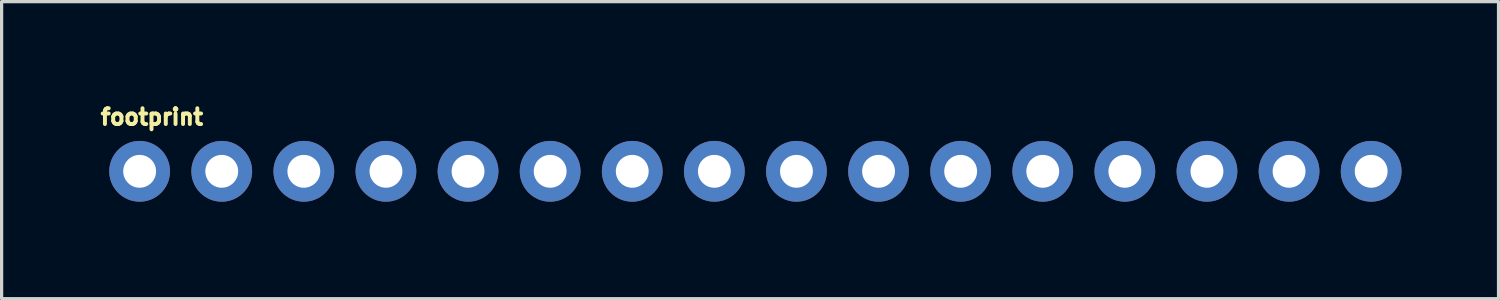
<source format=kicad_pcb>
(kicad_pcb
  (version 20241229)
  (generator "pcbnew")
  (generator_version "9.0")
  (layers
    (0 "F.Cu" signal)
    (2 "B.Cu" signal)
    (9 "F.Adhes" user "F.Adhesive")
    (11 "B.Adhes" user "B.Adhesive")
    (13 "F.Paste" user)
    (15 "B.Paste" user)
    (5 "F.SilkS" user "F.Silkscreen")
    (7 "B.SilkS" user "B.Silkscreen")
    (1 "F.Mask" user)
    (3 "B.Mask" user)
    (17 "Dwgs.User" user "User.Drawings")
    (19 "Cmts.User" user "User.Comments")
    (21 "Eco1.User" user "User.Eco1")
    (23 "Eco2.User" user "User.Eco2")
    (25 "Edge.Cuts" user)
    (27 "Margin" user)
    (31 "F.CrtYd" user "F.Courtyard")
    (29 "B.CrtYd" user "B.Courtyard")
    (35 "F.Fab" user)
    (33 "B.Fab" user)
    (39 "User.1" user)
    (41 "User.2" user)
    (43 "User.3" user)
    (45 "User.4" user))
  (footprint "footprint"
    (layer "F.Cu")
    (at 1.27 2.25)
    (property "Reference" "footprint" (at -1.27 -1.397 0) (layer "F.SilkS") (effects (font (size 0.488 0.488) (thickness 0.122)) (justify left bottom)))
    (fp_poly (pts (xy -0.254 0.254) (xy 0.254 0.254) (xy 0.254 -0.254) (xy -0.254 -0.254)) (stroke (width 0.1) (type solid)) (fill no) (layer "F.Fab"))
    (fp_poly (pts (xy 2.286 0.254) (xy 2.794 0.254) (xy 2.794 -0.254) (xy 2.286 -0.254)) (stroke (width 0.1) (type solid)) (fill no) (layer "F.Fab"))
    (fp_poly (pts (xy 4.826 0.254) (xy 5.334 0.254) (xy 5.334 -0.254) (xy 4.826 -0.254)) (stroke (width 0.1) (type solid)) (fill no) (layer "F.Fab"))
    (fp_poly (pts (xy 7.366 0.254) (xy 7.874 0.254) (xy 7.874 -0.254) (xy 7.366 -0.254)) (stroke (width 0.1) (type solid)) (fill no) (layer "F.Fab"))
    (fp_poly (pts (xy 9.906 0.254) (xy 10.414 0.254) (xy 10.414 -0.254) (xy 9.906 -0.254)) (stroke (width 0.1) (type solid)) (fill no) (layer "F.Fab"))
    (fp_poly (pts (xy 12.446 0.254) (xy 12.954 0.254) (xy 12.954 -0.254) (xy 12.446 -0.254)) (stroke (width 0.1) (type solid)) (fill no) (layer "F.Fab"))
    (fp_poly (pts (xy 14.986 0.254) (xy 15.494 0.254) (xy 15.494 -0.254) (xy 14.986 -0.254)) (stroke (width 0.1) (type solid)) (fill no) (layer "F.Fab"))
    (fp_poly (pts (xy 17.526 0.254) (xy 18.034 0.254) (xy 18.034 -0.254) (xy 17.526 -0.254)) (stroke (width 0.1) (type solid)) (fill no) (layer "F.Fab"))
    (fp_poly (pts (xy 20.066 0.254) (xy 20.574 0.254) (xy 20.574 -0.254) (xy 20.066 -0.254)) (stroke (width 0.1) (type solid)) (fill no) (layer "F.Fab"))
    (fp_poly (pts (xy 22.606 0.254) (xy 23.114 0.254) (xy 23.114 -0.254) (xy 22.606 -0.254)) (stroke (width 0.1) (type solid)) (fill no) (layer "F.Fab"))
    (fp_poly (pts (xy 25.146 0.254) (xy 25.654 0.254) (xy 25.654 -0.254) (xy 25.146 -0.254)) (stroke (width 0.1) (type solid)) (fill no) (layer "F.Fab"))
    (fp_poly (pts (xy 27.686 0.254) (xy 28.194 0.254) (xy 28.194 -0.254) (xy 27.686 -0.254)) (stroke (width 0.1) (type solid)) (fill no) (layer "F.Fab"))
    (fp_poly (pts (xy 30.226 0.254) (xy 30.734 0.254) (xy 30.734 -0.254) (xy 30.226 -0.254)) (stroke (width 0.1) (type solid)) (fill no) (layer "F.Fab"))
    (fp_poly (pts (xy 32.766 0.254) (xy 33.274 0.254) (xy 33.274 -0.254) (xy 32.766 -0.254)) (stroke (width 0.1) (type solid)) (fill no) (layer "F.Fab"))
    (fp_poly (pts (xy 35.306 0.254) (xy 35.814 0.254) (xy 35.814 -0.254) (xy 35.306 -0.254)) (stroke (width 0.1) (type solid)) (fill no) (layer "F.Fab"))
    (fp_poly (pts (xy 37.846 0.254) (xy 38.354 0.254) (xy 38.354 -0.254) (xy 37.846 -0.254)) (stroke (width 0.1) (type solid)) (fill no) (layer "F.Fab"))
    (pad "1" thru_hole circle (at 0 0 90) (size 1.88 1.88) (drill 1.016) (layers "*.Cu" "*.Mask"))
    (pad "2" thru_hole circle (at 2.54 0 90) (size 1.88 1.88) (drill 1.016) (layers "*.Cu" "*.Mask"))
    (pad "3" thru_hole circle (at 5.08 0 90) (size 1.88 1.88) (drill 1.016) (layers "*.Cu" "*.Mask"))
    (pad "4" thru_hole circle (at 7.62 0 90) (size 1.88 1.88) (drill 1.016) (layers "*.Cu" "*.Mask"))
    (pad "5" thru_hole circle (at 10.16 0 90) (size 1.88 1.88) (drill 1.016) (layers "*.Cu" "*.Mask"))
    (pad "6" thru_hole circle (at 12.7 0 90) (size 1.88 1.88) (drill 1.016) (layers "*.Cu" "*.Mask"))
    (pad "7" thru_hole circle (at 15.24 0 90) (size 1.88 1.88) (drill 1.016) (layers "*.Cu" "*.Mask"))
    (pad "8" thru_hole circle (at 17.78 0 90) (size 1.88 1.88) (drill 1.016) (layers "*.Cu" "*.Mask"))
    (pad "9" thru_hole circle (at 20.32 0 90) (size 1.88 1.88) (drill 1.016) (layers "*.Cu" "*.Mask"))
    (pad "10" thru_hole circle (at 22.86 0 90) (size 1.88 1.88) (drill 1.016) (layers "*.Cu" "*.Mask"))
    (pad "11" thru_hole circle (at 25.4 0 90) (size 1.88 1.88) (drill 1.016) (layers "*.Cu" "*.Mask"))
    (pad "12" thru_hole circle (at 27.94 0 90) (size 1.88 1.88) (drill 1.016) (layers "*.Cu" "*.Mask"))
    (pad "13" thru_hole circle (at 30.48 0 90) (size 1.88 1.88) (drill 1.016) (layers "*.Cu" "*.Mask"))
    (pad "14" thru_hole circle (at 33.02 0 90) (size 1.88 1.88) (drill 1.016) (layers "*.Cu" "*.Mask"))
    (pad "15" thru_hole circle (at 35.56 0 90) (size 1.88 1.88) (drill 1.016) (layers "*.Cu" "*.Mask"))
    (pad "16" thru_hole circle (at 38.1 0 90) (size 1.88 1.88) (drill 1.016) (layers "*.Cu" "*.Mask")))
  (gr_rect
    (start -3 -3)
    (end 43.31 6.19)
    (stroke (width 0.1) (type default))
    (fill no)
    (layer "Edge.Cuts")))
</source>
